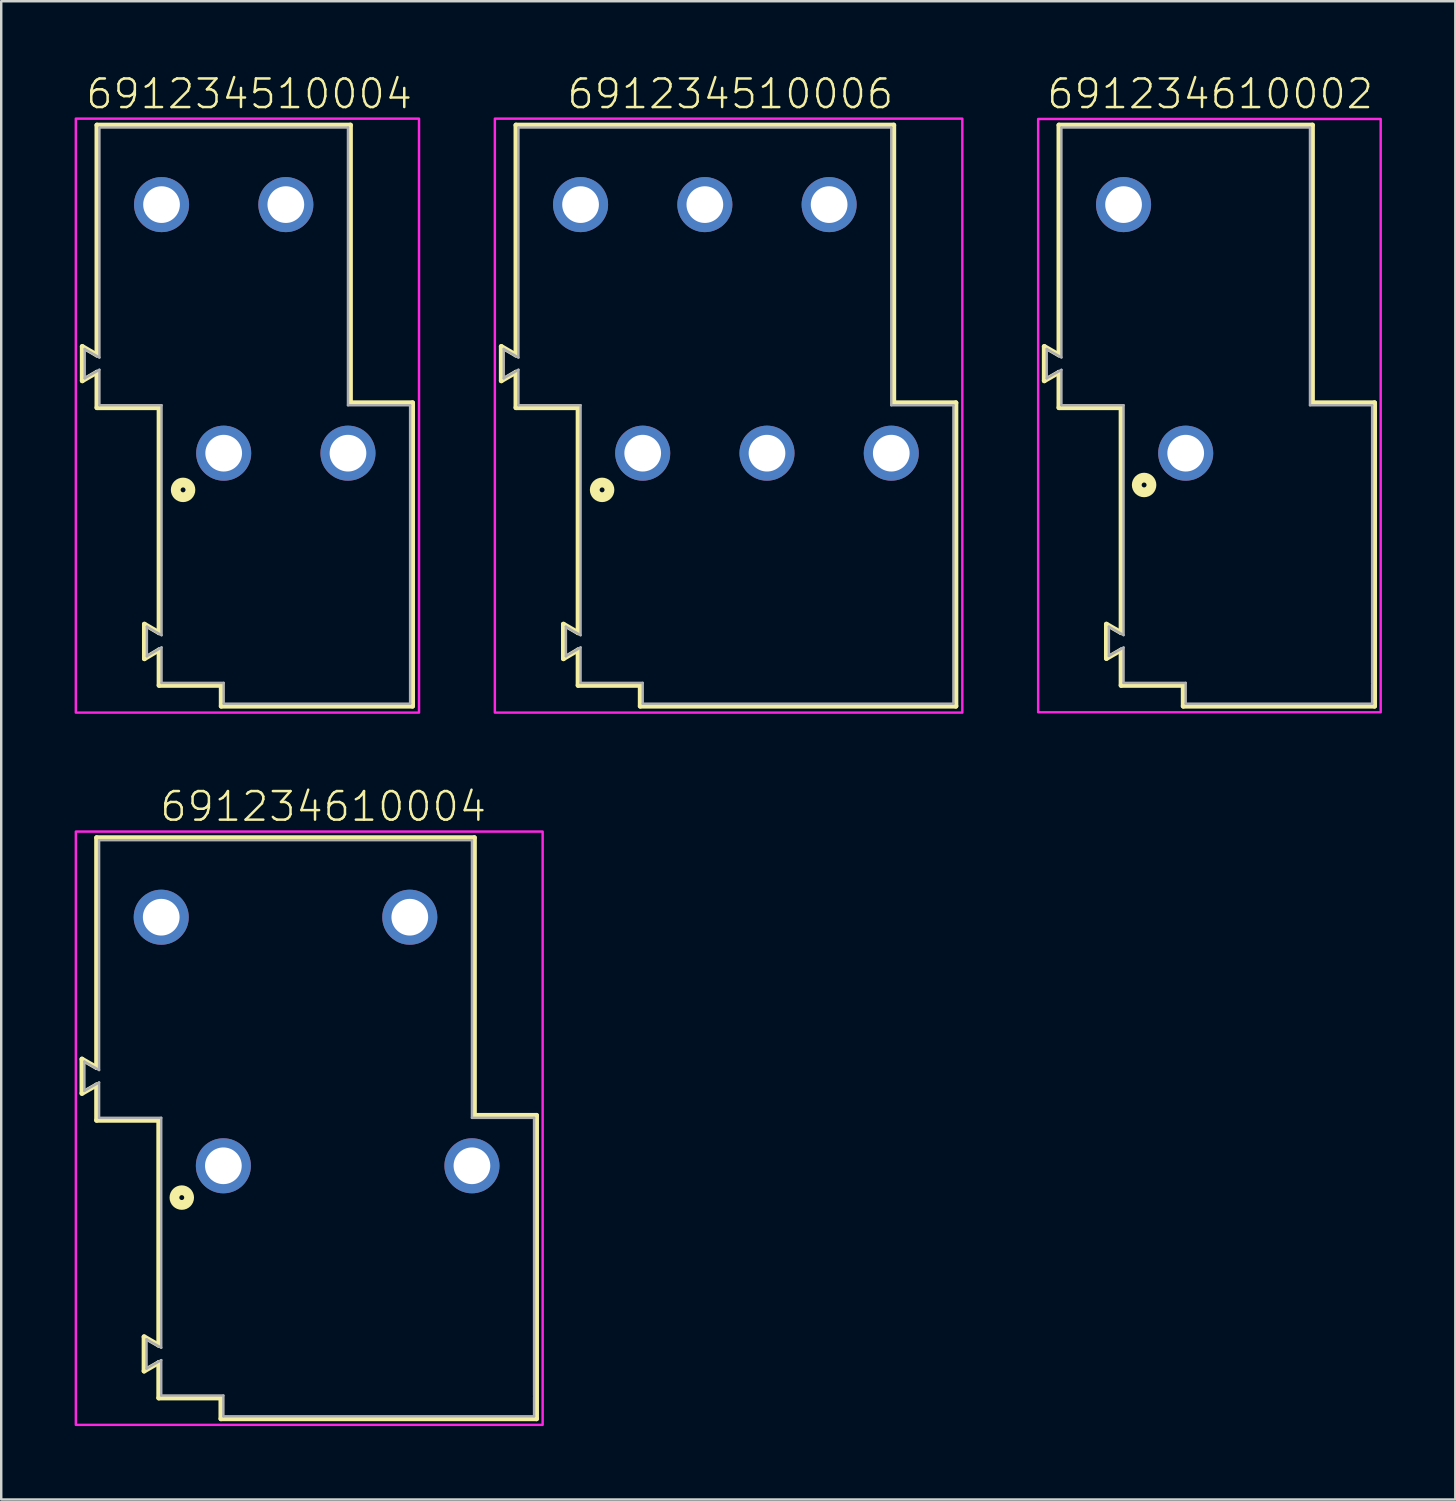
<source format=kicad_pcb>
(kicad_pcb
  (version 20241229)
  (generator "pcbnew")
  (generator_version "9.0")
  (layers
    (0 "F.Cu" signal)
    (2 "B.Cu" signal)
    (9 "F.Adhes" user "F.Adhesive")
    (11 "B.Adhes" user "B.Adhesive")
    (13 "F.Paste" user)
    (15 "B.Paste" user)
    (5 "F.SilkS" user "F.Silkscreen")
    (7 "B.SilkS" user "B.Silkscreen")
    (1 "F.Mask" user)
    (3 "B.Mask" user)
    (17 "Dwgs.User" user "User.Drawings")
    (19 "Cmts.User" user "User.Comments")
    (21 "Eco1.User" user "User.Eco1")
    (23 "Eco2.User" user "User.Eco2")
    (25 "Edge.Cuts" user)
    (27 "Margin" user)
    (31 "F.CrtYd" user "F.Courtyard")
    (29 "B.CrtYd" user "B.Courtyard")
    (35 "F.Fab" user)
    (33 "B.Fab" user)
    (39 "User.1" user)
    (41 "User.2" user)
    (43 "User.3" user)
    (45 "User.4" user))
  (footprint "691234610004"
    (layer "F.Cu")
    (at 11.16 44.6)
    (property "Reference" "691234610004" (at -1 -14 0) (unlocked yes) (layer "F.SilkS") (effects (font (size 1.168 1.168) (thickness 0.102)) (justify bottom)))
    (fp_line (start -10.86 -4.36) (end -10.26 -4.014) (stroke (width 0.2) (type solid)) (layer "F.SilkS"))
    (fp_line (start -10.86 -2.96) (end -10.86 -4.36) (stroke (width 0.2) (type solid)) (layer "F.SilkS"))
    (fp_line (start -10.26 -13.41) (end 5.18 -13.41) (stroke (width 0.2) (type solid)) (layer "F.SilkS"))
    (fp_line (start -10.26 -4.014) (end -10.26 -13.41) (stroke (width 0.2) (type solid)) (layer "F.SilkS"))
    (fp_line (start -10.26 -3.306) (end -10.86 -2.96) (stroke (width 0.2) (type solid)) (layer "F.SilkS"))
    (fp_line (start -10.26 -1.86) (end -10.26 -3.306) (stroke (width 0.2) (type solid)) (layer "F.SilkS"))
    (fp_line (start -8.32 6.99) (end -7.72 7.336) (stroke (width 0.2) (type solid)) (layer "F.SilkS"))
    (fp_line (start -8.32 8.39) (end -8.32 6.99) (stroke (width 0.2) (type solid)) (layer "F.SilkS"))
    (fp_line (start -7.72 -1.86) (end -10.26 -1.86) (stroke (width 0.2) (type solid)) (layer "F.SilkS"))
    (fp_line (start -7.72 7.336) (end -7.72 -1.86) (stroke (width 0.2) (type solid)) (layer "F.SilkS"))
    (fp_line (start -7.72 8.044) (end -8.32 8.39) (stroke (width 0.2) (type solid)) (layer "F.SilkS"))
    (fp_line (start -7.72 9.49) (end -7.72 8.044) (stroke (width 0.2) (type solid)) (layer "F.SilkS"))
    (fp_line (start -5.18 9.49) (end -7.72 9.49) (stroke (width 0.2) (type solid)) (layer "F.SilkS"))
    (fp_line (start -5.18 10.34) (end -5.18 9.49) (stroke (width 0.2) (type solid)) (layer "F.SilkS"))
    (fp_line (start 5.18 -13.41) (end 5.18 -2.06) (stroke (width 0.2) (type solid)) (layer "F.SilkS"))
    (fp_line (start 5.18 -2.06) (end 7.72 -2.06) (stroke (width 0.2) (type solid)) (layer "F.SilkS"))
    (fp_line (start 7.72 -2.06) (end 7.72 10.34) (stroke (width 0.2) (type solid)) (layer "F.SilkS"))
    (fp_line (start 7.72 10.34) (end -5.18 10.34) (stroke (width 0.2) (type solid)) (layer "F.SilkS"))
    (fp_circle (center -6.78 1.3) (end -6.68 1.3) (stroke (width 0.4) (type solid)) (fill no) (layer "F.SilkS"))
    (fp_poly (pts (xy 7.97 10.59) (xy -11.11 10.59) (xy -11.11 -13.66) (xy 7.97 -13.66)) (stroke (width 0.1) (type default)) (fill no) (layer "F.CrtYd"))
    (fp_line (start -10.76 -4.26) (end -10.76 -3.06) (stroke (width 0.1) (type solid)) (layer "F.Fab"))
    (fp_line (start -10.76 -4.26) (end -10.16 -3.914) (stroke (width 0.1) (type solid)) (layer "F.Fab"))
    (fp_line (start -10.76 -3.06) (end -10.16 -3.406) (stroke (width 0.1) (type solid)) (layer "F.Fab"))
    (fp_line (start -10.16 -13.31) (end 5.08 -13.31) (stroke (width 0.1) (type solid)) (layer "F.Fab"))
    (fp_line (start -10.16 -3.914) (end -10.16 -13.31) (stroke (width 0.1) (type solid)) (layer "F.Fab"))
    (fp_line (start -10.16 -1.96) (end -10.16 -3.406) (stroke (width 0.1) (type solid)) (layer "F.Fab"))
    (fp_line (start -8.22 7.09) (end -7.62 7.436) (stroke (width 0.1) (type solid)) (layer "F.Fab"))
    (fp_line (start -8.22 8.29) (end -8.22 7.09) (stroke (width 0.1) (type solid)) (layer "F.Fab"))
    (fp_line (start -8.22 8.29) (end -7.62 7.944) (stroke (width 0.1) (type solid)) (layer "F.Fab"))
    (fp_line (start -7.62 -1.96) (end -10.16 -1.96) (stroke (width 0.1) (type solid)) (layer "F.Fab"))
    (fp_line (start -7.62 7.436) (end -7.62 -1.96) (stroke (width 0.1) (type solid)) (layer "F.Fab"))
    (fp_line (start -7.62 9.39) (end -7.62 7.944) (stroke (width 0.1) (type solid)) (layer "F.Fab"))
    (fp_line (start -5.08 9.39) (end -7.62 9.39) (stroke (width 0.1) (type solid)) (layer "F.Fab"))
    (fp_line (start -5.08 10.24) (end -5.08 9.39) (stroke (width 0.1) (type solid)) (layer "F.Fab"))
    (fp_line (start 5.08 -13.31) (end 5.08 -1.96) (stroke (width 0.1) (type solid)) (layer "F.Fab"))
    (fp_line (start 5.08 -1.96) (end 7.62 -1.96) (stroke (width 0.1) (type solid)) (layer "F.Fab"))
    (fp_line (start 7.62 -1.96) (end 7.62 9.39) (stroke (width 0.1) (type solid)) (layer "F.Fab"))
    (fp_line (start 7.62 9.44) (end 7.62 10.24) (stroke (width 0.1) (type solid)) (layer "F.Fab"))
    (fp_line (start 7.62 10.24) (end -5.08 10.24) (stroke (width 0.1) (type solid)) (layer "F.Fab"))
    (pad "1" thru_hole circle (at -5.08 0) (size 2.25 2.25) (drill 1.5) (layers "*.Cu" "*.Mask"))
    (pad "2" thru_hole circle (at 5.08 0) (size 2.25 2.25) (drill 1.5) (layers "*.Cu" "*.Mask"))
    (pad "3" thru_hole circle (at -7.62 -10.16) (size 2.25 2.25) (drill 1.5) (layers "*.Cu" "*.Mask"))
    (pad "4" thru_hole circle (at 2.54 -10.16) (size 2.25 2.25) (drill 1.5) (layers "*.Cu" "*.Mask")))
  (footprint "691234510006"
    (layer "F.Cu")
    (at 28.3 15.473)
    (property "Reference" "691234510006" (at -1.5 -14 0) (unlocked yes) (layer "F.SilkS") (effects (font (size 1.168 1.168) (thickness 0.102)) (justify bottom)))
    (fp_line (start -10.86 -4.36) (end -10.26 -4.01) (stroke (width 0.2) (type solid)) (layer "F.SilkS"))
    (fp_line (start -10.86 -2.96) (end -10.86 -4.36) (stroke (width 0.2) (type solid)) (layer "F.SilkS"))
    (fp_line (start -10.26 -13.41) (end 5.18 -13.41) (stroke (width 0.2) (type solid)) (layer "F.SilkS"))
    (fp_line (start -10.26 -4.01) (end -10.26 -13.41) (stroke (width 0.2) (type solid)) (layer "F.SilkS"))
    (fp_line (start -10.26 -3.31) (end -10.86 -2.96) (stroke (width 0.2) (type solid)) (layer "F.SilkS"))
    (fp_line (start -10.26 -1.86) (end -10.26 -3.31) (stroke (width 0.2) (type solid)) (layer "F.SilkS"))
    (fp_line (start -8.32 6.99) (end -7.72 7.34) (stroke (width 0.2) (type solid)) (layer "F.SilkS"))
    (fp_line (start -8.32 8.4) (end -8.32 6.99) (stroke (width 0.2) (type solid)) (layer "F.SilkS"))
    (fp_line (start -7.72 -1.86) (end -10.26 -1.86) (stroke (width 0.2) (type solid)) (layer "F.SilkS"))
    (fp_line (start -7.72 7.34) (end -7.72 -1.86) (stroke (width 0.2) (type solid)) (layer "F.SilkS"))
    (fp_line (start -7.72 8.04) (end -8.32 8.4) (stroke (width 0.2) (type solid)) (layer "F.SilkS"))
    (fp_line (start -7.72 9.49) (end -7.72 8.04) (stroke (width 0.2) (type solid)) (layer "F.SilkS"))
    (fp_line (start -5.18 9.49) (end -7.72 9.49) (stroke (width 0.2) (type solid)) (layer "F.SilkS"))
    (fp_line (start -5.18 10.34) (end -5.18 9.49) (stroke (width 0.2) (type solid)) (layer "F.SilkS"))
    (fp_line (start 5.18 -13.41) (end 5.18 -2.06) (stroke (width 0.2) (type solid)) (layer "F.SilkS"))
    (fp_line (start 5.18 -2.06) (end 7.72 -2.06) (stroke (width 0.2) (type solid)) (layer "F.SilkS"))
    (fp_line (start 7.72 -2.06) (end 7.72 10.34) (stroke (width 0.2) (type solid)) (layer "F.SilkS"))
    (fp_line (start 7.72 10.34) (end -5.18 10.34) (stroke (width 0.2) (type solid)) (layer "F.SilkS"))
    (fp_circle (center -6.74 1.5) (end -6.64 1.5) (stroke (width 0.4) (type solid)) (fill no) (layer "F.SilkS"))
    (fp_poly (pts (xy 7.984 10.604) (xy -11.123 10.604) (xy -11.123 -13.674) (xy 7.984 -13.674)) (stroke (width 0.1) (type default)) (fill no) (layer "F.CrtYd"))
    (fp_line (start -10.76 -4.26) (end -10.76 -3.06) (stroke (width 0.1) (type solid)) (layer "F.Fab"))
    (fp_line (start -10.76 -3.06) (end -10.16 -3.41) (stroke (width 0.1) (type solid)) (layer "F.Fab"))
    (fp_line (start -10.16 -13.31) (end 5.08 -13.31) (stroke (width 0.1) (type solid)) (layer "F.Fab"))
    (fp_line (start -10.16 -3.91) (end -10.76 -4.26) (stroke (width 0.1) (type solid)) (layer "F.Fab"))
    (fp_line (start -10.16 -3.91) (end -10.16 -13.31) (stroke (width 0.1) (type solid)) (layer "F.Fab"))
    (fp_line (start -10.16 -1.96) (end -10.16 -3.41) (stroke (width 0.1) (type solid)) (layer "F.Fab"))
    (fp_line (start -8.22 7.09) (end -7.62 7.44) (stroke (width 0.1) (type solid)) (layer "F.Fab"))
    (fp_line (start -8.22 8.3) (end -8.22 7.09) (stroke (width 0.1) (type solid)) (layer "F.Fab"))
    (fp_line (start -8.22 8.3) (end -7.62 7.94) (stroke (width 0.1) (type solid)) (layer "F.Fab"))
    (fp_line (start -7.62 -1.96) (end -10.16 -1.96) (stroke (width 0.1) (type solid)) (layer "F.Fab"))
    (fp_line (start -7.62 7.44) (end -7.62 -1.96) (stroke (width 0.1) (type solid)) (layer "F.Fab"))
    (fp_line (start -7.62 9.39) (end -7.62 7.94) (stroke (width 0.1) (type solid)) (layer "F.Fab"))
    (fp_line (start -5.08 9.39) (end -7.62 9.39) (stroke (width 0.1) (type solid)) (layer "F.Fab"))
    (fp_line (start -5.08 10.24) (end -5.08 9.39) (stroke (width 0.1) (type solid)) (layer "F.Fab"))
    (fp_line (start 5.08 -13.31) (end 5.08 -1.96) (stroke (width 0.1) (type solid)) (layer "F.Fab"))
    (fp_line (start 5.08 -1.96) (end 7.62 -1.96) (stroke (width 0.1) (type solid)) (layer "F.Fab"))
    (fp_line (start 7.62 -1.96) (end 7.62 10.24) (stroke (width 0.1) (type solid)) (layer "F.Fab"))
    (fp_line (start 7.62 10.24) (end -5.08 10.24) (stroke (width 0.1) (type solid)) (layer "F.Fab"))
    (pad "1" thru_hole circle (at -5.08 0) (size 2.25 2.25) (drill 1.5) (layers "*.Cu" "*.Mask"))
    (pad "2" thru_hole circle (at 0 0) (size 2.25 2.25) (drill 1.5) (layers "*.Cu" "*.Mask"))
    (pad "3" thru_hole circle (at 5.08 0) (size 2.25 2.25) (drill 1.5) (layers "*.Cu" "*.Mask"))
    (pad "4" thru_hole circle (at -7.62 -10.16) (size 2.25 2.25) (drill 1.5) (layers "*.Cu" "*.Mask"))
    (pad "5" thru_hole circle (at -2.54 -10.16) (size 2.25 2.25) (drill 1.5) (layers "*.Cu" "*.Mask"))
    (pad "6" thru_hole circle (at 2.54 -10.16) (size 2.25 2.25) (drill 1.5) (layers "*.Cu" "*.Mask")))
  (footprint "691234610002"
    (layer "F.Cu")
    (at 45.414 15.473)
    (property "Reference" "691234610002" (at 1 -14 0) (unlocked yes) (layer "F.SilkS") (effects (font (size 1.168 1.168) (thickness 0.102)) (justify bottom)))
    (fp_line (start -5.78 -4.36) (end -5.18 -4.014) (stroke (width 0.2) (type solid)) (layer "F.SilkS"))
    (fp_line (start -5.78 -2.96) (end -5.78 -4.36) (stroke (width 0.2) (type solid)) (layer "F.SilkS"))
    (fp_line (start -5.18 -13.41) (end 5.18 -13.41) (stroke (width 0.2) (type solid)) (layer "F.SilkS"))
    (fp_line (start -5.18 -4.014) (end -5.18 -13.41) (stroke (width 0.2) (type solid)) (layer "F.SilkS"))
    (fp_line (start -5.18 -3.306) (end -5.78 -2.96) (stroke (width 0.2) (type solid)) (layer "F.SilkS"))
    (fp_line (start -5.18 -1.86) (end -5.18 -3.306) (stroke (width 0.2) (type solid)) (layer "F.SilkS"))
    (fp_line (start -3.24 6.99) (end -2.64 7.336) (stroke (width 0.2) (type solid)) (layer "F.SilkS"))
    (fp_line (start -3.24 8.39) (end -3.24 6.99) (stroke (width 0.2) (type solid)) (layer "F.SilkS"))
    (fp_line (start -2.64 -1.86) (end -5.18 -1.86) (stroke (width 0.2) (type solid)) (layer "F.SilkS"))
    (fp_line (start -2.64 7.336) (end -2.64 -1.86) (stroke (width 0.2) (type solid)) (layer "F.SilkS"))
    (fp_line (start -2.64 8.044) (end -3.24 8.39) (stroke (width 0.2) (type solid)) (layer "F.SilkS"))
    (fp_line (start -2.64 9.49) (end -2.64 8.044) (stroke (width 0.2) (type solid)) (layer "F.SilkS"))
    (fp_line (start -0.1 9.49) (end -2.64 9.49) (stroke (width 0.2) (type solid)) (layer "F.SilkS"))
    (fp_line (start -0.1 10.34) (end -0.1 9.49) (stroke (width 0.2) (type solid)) (layer "F.SilkS"))
    (fp_line (start 5.18 -13.41) (end 5.18 -2.06) (stroke (width 0.2) (type solid)) (layer "F.SilkS"))
    (fp_line (start 5.18 -2.06) (end 7.72 -2.06) (stroke (width 0.2) (type solid)) (layer "F.SilkS"))
    (fp_line (start 7.72 -2.06) (end 7.72 10.34) (stroke (width 0.2) (type solid)) (layer "F.SilkS"))
    (fp_line (start 7.72 10.34) (end -0.1 10.34) (stroke (width 0.2) (type solid)) (layer "F.SilkS"))
    (fp_circle (center -1.7 1.3) (end -1.6 1.3) (stroke (width 0.4) (type solid)) (fill no) (layer "F.SilkS"))
    (fp_poly (pts (xy 7.97 10.59) (xy -6.03 10.59) (xy -6.03 -13.66) (xy 7.97 -13.66)) (stroke (width 0.1) (type default)) (fill no) (layer "F.CrtYd"))
    (fp_line (start -5.68 -4.26) (end -5.68 -3.06) (stroke (width 0.1) (type solid)) (layer "F.Fab"))
    (fp_line (start -5.68 -4.26) (end -5.08 -3.914) (stroke (width 0.1) (type solid)) (layer "F.Fab"))
    (fp_line (start -5.68 -3.06) (end -5.08 -3.406) (stroke (width 0.1) (type solid)) (layer "F.Fab"))
    (fp_line (start -5.08 -13.31) (end 5.08 -13.31) (stroke (width 0.1) (type solid)) (layer "F.Fab"))
    (fp_line (start -5.08 -3.914) (end -5.08 -13.31) (stroke (width 0.1) (type solid)) (layer "F.Fab"))
    (fp_line (start -5.08 -1.96) (end -5.08 -3.406) (stroke (width 0.1) (type solid)) (layer "F.Fab"))
    (fp_line (start -3.14 7.09) (end -2.54 7.436) (stroke (width 0.1) (type solid)) (layer "F.Fab"))
    (fp_line (start -3.14 8.29) (end -3.14 7.09) (stroke (width 0.1) (type solid)) (layer "F.Fab"))
    (fp_line (start -3.14 8.29) (end -2.54 7.944) (stroke (width 0.1) (type solid)) (layer "F.Fab"))
    (fp_line (start -2.54 -1.96) (end -5.08 -1.96) (stroke (width 0.1) (type solid)) (layer "F.Fab"))
    (fp_line (start -2.54 7.436) (end -2.54 -1.96) (stroke (width 0.1) (type solid)) (layer "F.Fab"))
    (fp_line (start -2.54 9.39) (end -2.54 7.944) (stroke (width 0.1) (type solid)) (layer "F.Fab"))
    (fp_line (start 0 9.39) (end -2.54 9.39) (stroke (width 0.1) (type solid)) (layer "F.Fab"))
    (fp_line (start 0 10.24) (end 0 9.39) (stroke (width 0.1) (type solid)) (layer "F.Fab"))
    (fp_line (start 5.08 -13.31) (end 5.08 -1.96) (stroke (width 0.1) (type solid)) (layer "F.Fab"))
    (fp_line (start 5.08 -1.96) (end 7.62 -1.96) (stroke (width 0.1) (type solid)) (layer "F.Fab"))
    (fp_line (start 7.62 -1.96) (end 7.62 9.39) (stroke (width 0.1) (type solid)) (layer "F.Fab"))
    (fp_line (start 7.62 9.44) (end 7.62 10.24) (stroke (width 0.1) (type solid)) (layer "F.Fab"))
    (fp_line (start 7.62 10.24) (end 0 10.24) (stroke (width 0.1) (type solid)) (layer "F.Fab"))
    (pad "1" thru_hole circle (at 0 0) (size 2.25 2.25) (drill 1.5) (layers "*.Cu" "*.Mask"))
    (pad "2" thru_hole circle (at -2.54 -10.16) (size 2.25 2.25) (drill 1.5) (layers "*.Cu" "*.Mask")))
  (footprint "691234510004"
    (layer "F.Cu")
    (at 8.633 15.473)
    (property "Reference" "691234510004" (at -1.5 -14 0) (unlocked yes) (layer "F.SilkS") (effects (font (size 1.168 1.168) (thickness 0.102)) (justify bottom)))
    (fp_line (start -8.32 -4.36) (end -7.72 -4.01) (stroke (width 0.2) (type solid)) (layer "F.SilkS"))
    (fp_line (start -8.32 -2.96) (end -8.32 -4.36) (stroke (width 0.2) (type solid)) (layer "F.SilkS"))
    (fp_line (start -7.72 -13.41) (end 2.64 -13.41) (stroke (width 0.2) (type solid)) (layer "F.SilkS"))
    (fp_line (start -7.72 -4.01) (end -7.72 -13.41) (stroke (width 0.2) (type solid)) (layer "F.SilkS"))
    (fp_line (start -7.72 -3.31) (end -8.32 -2.96) (stroke (width 0.2) (type solid)) (layer "F.SilkS"))
    (fp_line (start -7.72 -1.86) (end -7.72 -3.31) (stroke (width 0.2) (type solid)) (layer "F.SilkS"))
    (fp_line (start -5.78 6.99) (end -5.18 7.34) (stroke (width 0.2) (type solid)) (layer "F.SilkS"))
    (fp_line (start -5.78 8.4) (end -5.78 6.99) (stroke (width 0.2) (type solid)) (layer "F.SilkS"))
    (fp_line (start -5.18 -1.86) (end -7.72 -1.86) (stroke (width 0.2) (type solid)) (layer "F.SilkS"))
    (fp_line (start -5.18 7.34) (end -5.18 -1.86) (stroke (width 0.2) (type solid)) (layer "F.SilkS"))
    (fp_line (start -5.18 8.04) (end -5.78 8.4) (stroke (width 0.2) (type solid)) (layer "F.SilkS"))
    (fp_line (start -5.18 9.49) (end -5.18 8.04) (stroke (width 0.2) (type solid)) (layer "F.SilkS"))
    (fp_line (start -2.64 9.49) (end -5.18 9.49) (stroke (width 0.2) (type solid)) (layer "F.SilkS"))
    (fp_line (start -2.64 10.34) (end -2.64 9.49) (stroke (width 0.2) (type solid)) (layer "F.SilkS"))
    (fp_line (start 2.64 -13.41) (end 2.64 -2.06) (stroke (width 0.2) (type solid)) (layer "F.SilkS"))
    (fp_line (start 2.64 -2.06) (end 5.18 -2.06) (stroke (width 0.2) (type solid)) (layer "F.SilkS"))
    (fp_line (start 5.18 -2.06) (end 5.18 10.34) (stroke (width 0.2) (type solid)) (layer "F.SilkS"))
    (fp_line (start 5.18 10.34) (end -2.64 10.34) (stroke (width 0.2) (type solid)) (layer "F.SilkS"))
    (fp_circle (center -4.2 1.5) (end -4.1 1.5) (stroke (width 0.4) (type solid)) (fill no) (layer "F.SilkS"))
    (fp_poly (pts (xy 5.444 10.604) (xy -8.584 10.604) (xy -8.584 -13.674) (xy 5.444 -13.674)) (stroke (width 0.1) (type default)) (fill no) (layer "F.CrtYd"))
    (fp_line (start -8.22 -4.26) (end -8.22 -3.06) (stroke (width 0.1) (type solid)) (layer "F.Fab"))
    (fp_line (start -8.22 -3.06) (end -7.62 -3.41) (stroke (width 0.1) (type solid)) (layer "F.Fab"))
    (fp_line (start -7.62 -13.31) (end 2.54 -13.31) (stroke (width 0.1) (type solid)) (layer "F.Fab"))
    (fp_line (start -7.62 -3.91) (end -8.22 -4.26) (stroke (width 0.1) (type solid)) (layer "F.Fab"))
    (fp_line (start -7.62 -3.91) (end -7.62 -13.31) (stroke (width 0.1) (type solid)) (layer "F.Fab"))
    (fp_line (start -7.62 -1.96) (end -7.62 -3.41) (stroke (width 0.1) (type solid)) (layer "F.Fab"))
    (fp_line (start -5.68 7.09) (end -5.08 7.44) (stroke (width 0.1) (type solid)) (layer "F.Fab"))
    (fp_line (start -5.68 8.3) (end -5.68 7.09) (stroke (width 0.1) (type solid)) (layer "F.Fab"))
    (fp_line (start -5.68 8.3) (end -5.08 7.94) (stroke (width 0.1) (type solid)) (layer "F.Fab"))
    (fp_line (start -5.08 -1.96) (end -7.62 -1.96) (stroke (width 0.1) (type solid)) (layer "F.Fab"))
    (fp_line (start -5.08 7.44) (end -5.08 -1.96) (stroke (width 0.1) (type solid)) (layer "F.Fab"))
    (fp_line (start -5.08 9.39) (end -5.08 7.94) (stroke (width 0.1) (type solid)) (layer "F.Fab"))
    (fp_line (start -2.54 9.39) (end -5.08 9.39) (stroke (width 0.1) (type solid)) (layer "F.Fab"))
    (fp_line (start -2.54 10.24) (end -2.54 9.39) (stroke (width 0.1) (type solid)) (layer "F.Fab"))
    (fp_line (start 2.54 -13.31) (end 2.54 -1.96) (stroke (width 0.1) (type solid)) (layer "F.Fab"))
    (fp_line (start 2.54 -1.96) (end 5.08 -1.96) (stroke (width 0.1) (type solid)) (layer "F.Fab"))
    (fp_line (start 5.08 -1.96) (end 5.08 10.24) (stroke (width 0.1) (type solid)) (layer "F.Fab"))
    (fp_line (start 5.08 10.24) (end -2.54 10.24) (stroke (width 0.1) (type solid)) (layer "F.Fab"))
    (pad "1" thru_hole circle (at -2.54 0) (size 2.25 2.25) (drill 1.5) (layers "*.Cu" "*.Mask"))
    (pad "2" thru_hole circle (at 2.54 0) (size 2.25 2.25) (drill 1.5) (layers "*.Cu" "*.Mask"))
    (pad "3" thru_hole circle (at -5.08 -10.16) (size 2.25 2.25) (drill 1.5) (layers "*.Cu" "*.Mask"))
    (pad "4" thru_hole circle (at 0 -10.16) (size 2.25 2.25) (drill 1.5) (layers "*.Cu" "*.Mask")))
  (gr_rect
    (start -3 -3)
    (end 56.434 58.24)
    (stroke (width 0.1) (type default))
    (fill no)
    (layer "Edge.Cuts")))
</source>
